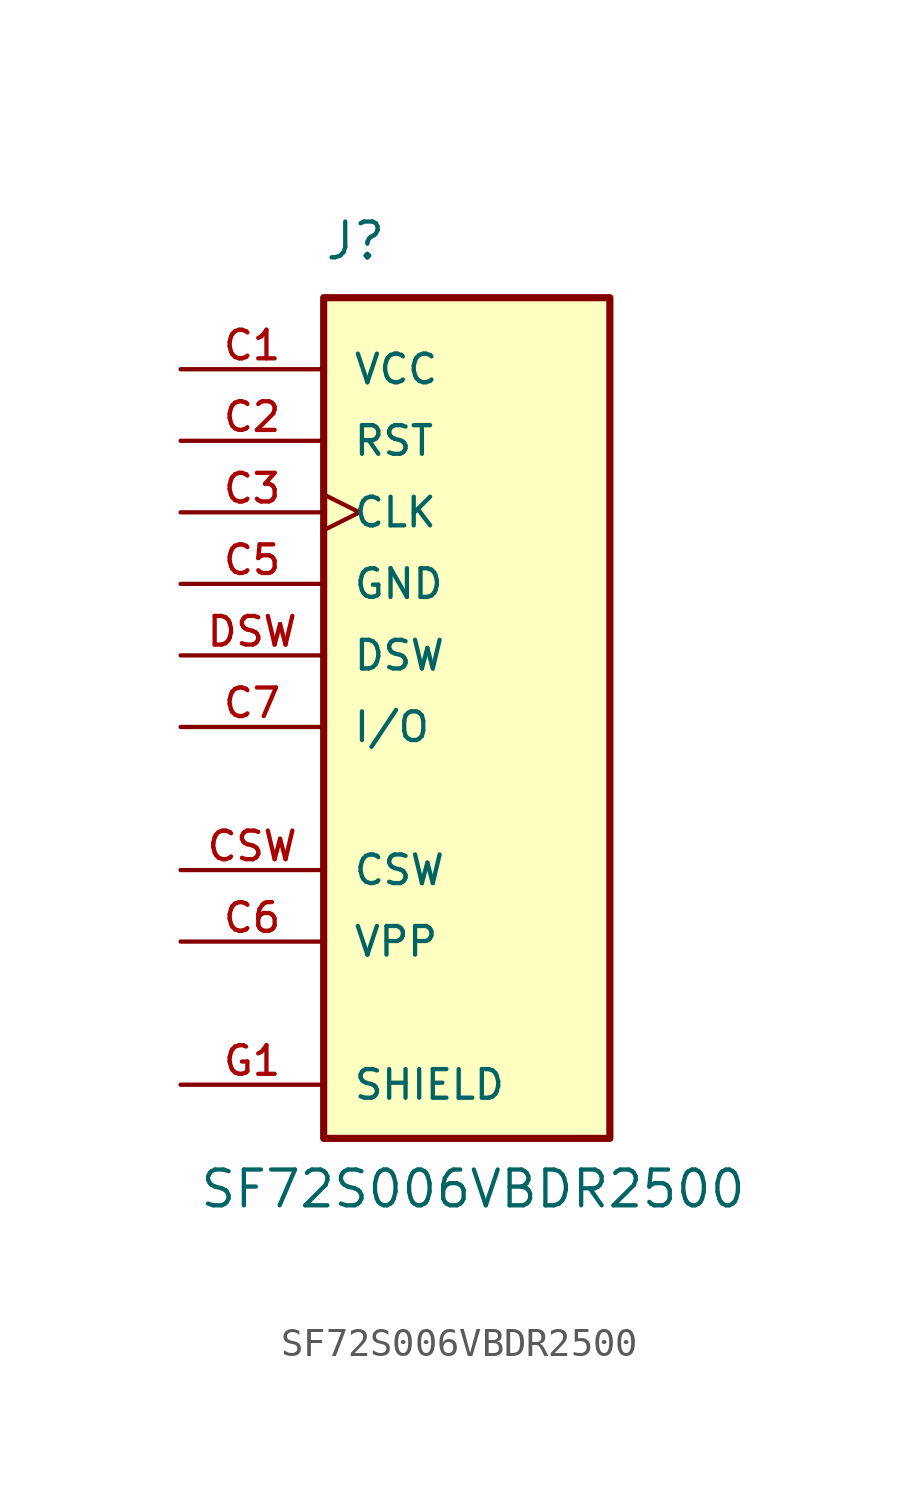
<source format=kicad_sym>
(kicad_symbol_lib
  (version 20220914)
  (generator kicad_symbol_editor)
  (symbol "SF72S006VBDR2500"
    (pin_names
      (offset 1.016))
    (property "Reference" "J"
      (at -5.08 16.51 0)
      (effects (font (size 1.27 1.27)) (justify left bottom)))
    (property "Value" "SF72S006VBDR2500"
      (at -9.525 -17.145 0)
      (effects (font (size 1.27 1.27)) (justify left bottom)))
    (symbol "SF72S006VBDR2500_0_0"
      (rectangle (start -5.08 15.24) (end 5.08 -14.605) (stroke (width 0.254) (type default)) (fill (type background)))
      (pin power_in line (at -10.16 12.7 0) (length 5.08) (name "VCC" (effects (font (size 1.016 1.016)))) (number "C1" (effects (font (size 1.016 1.016)))))
      (pin bidirectional line (at -10.16 10.16 0) (length 5.08) (name "RST" (effects (font (size 1.016 1.016)))) (number "C2" (effects (font (size 1.016 1.016)))))
      (pin bidirectional clock (at -10.16 7.62 0) (length 5.08) (name "CLK" (effects (font (size 1.016 1.016)))) (number "C3" (effects (font (size 1.016 1.016)))))
      (pin power_in line (at -10.16 5.08 0) (length 5.08) (name "GND" (effects (font (size 1.016 1.016)))) (number "C5" (effects (font (size 1.016 1.016)))))
      (pin power_in line (at -10.16 -7.62 0) (length 5.08) (name "VPP" (effects (font (size 1.016 1.016)))) (number "C6" (effects (font (size 1.016 1.016)))))
      (pin bidirectional line (at -10.16 0 0) (length 5.08) (name "I/O" (effects (font (size 1.016 1.016)))) (number "C7" (effects (font (size 1.016 1.016)))))
      (pin bidirectional line (at -10.16 2.54 0) (length 5.08) (name "DSW" (effects (font (size 1.016 1.016)))) (number "DSW" (effects (font (size 1.016 1.016)))))
      (pin passive line (at -10.16 -12.7 0) (length 5.08) (name "SHIELD" (effects (font (size 1.016 1.016)))) (number "G1" (effects (font (size 1.016 1.016))))))
    (symbol "SF72S006VBDR2500_1_0"
      (pin passive line (at -10.16 -5.08 0) (length 5.08) (name "CSW" (effects (font (size 1.016 1.016)))) (number "CSW" (effects (font (size 1.016 1.016)))))
      (pin passive line (at -10.16 -12.7 0) (length 5.08) hide (name "SHIELD" (effects (font (size 1.016 1.016)))) (number "G10" (effects (font (size 1.016 1.016)))))
      (pin passive line (at -10.16 -12.7 0) (length 5.08) hide (name "SHIELD" (effects (font (size 1.016 1.016)))) (number "G2" (effects (font (size 1.016 1.016)))))
      (pin passive line (at -10.16 -12.7 0) (length 5.08) hide (name "SHIELD" (effects (font (size 1.016 1.016)))) (number "G3" (effects (font (size 1.016 1.016)))))
      (pin passive line (at -10.16 -12.7 0) (length 5.08) hide (name "SHIELD" (effects (font (size 1.016 1.016)))) (number "G4" (effects (font (size 1.016 1.016)))))
      (pin passive line (at -10.16 -12.7 0) (length 5.08) hide (name "SHIELD" (effects (font (size 1.016 1.016)))) (number "G5" (effects (font (size 1.016 1.016)))))
      (pin passive line (at -10.16 -12.7 0) (length 5.08) hide (name "SHIELD" (effects (font (size 1.016 1.016)))) (number "G6" (effects (font (size 1.016 1.016)))))
      (pin passive line (at -10.16 -12.7 0) (length 5.08) hide (name "SHIELD" (effects (font (size 1.016 1.016)))) (number "G7" (effects (font (size 1.016 1.016)))))
      (pin passive line (at -10.16 -12.7 0) (length 5.08) hide (name "SHIELD" (effects (font (size 1.016 1.016)))) (number "G8" (effects (font (size 1.016 1.016)))))
      (pin passive line (at -10.16 -12.7 0) (length 5.08) hide (name "SHIELD" (effects (font (size 1.016 1.016)))) (number "G9" (effects (font (size 1.016 1.016))))))))
</source>
